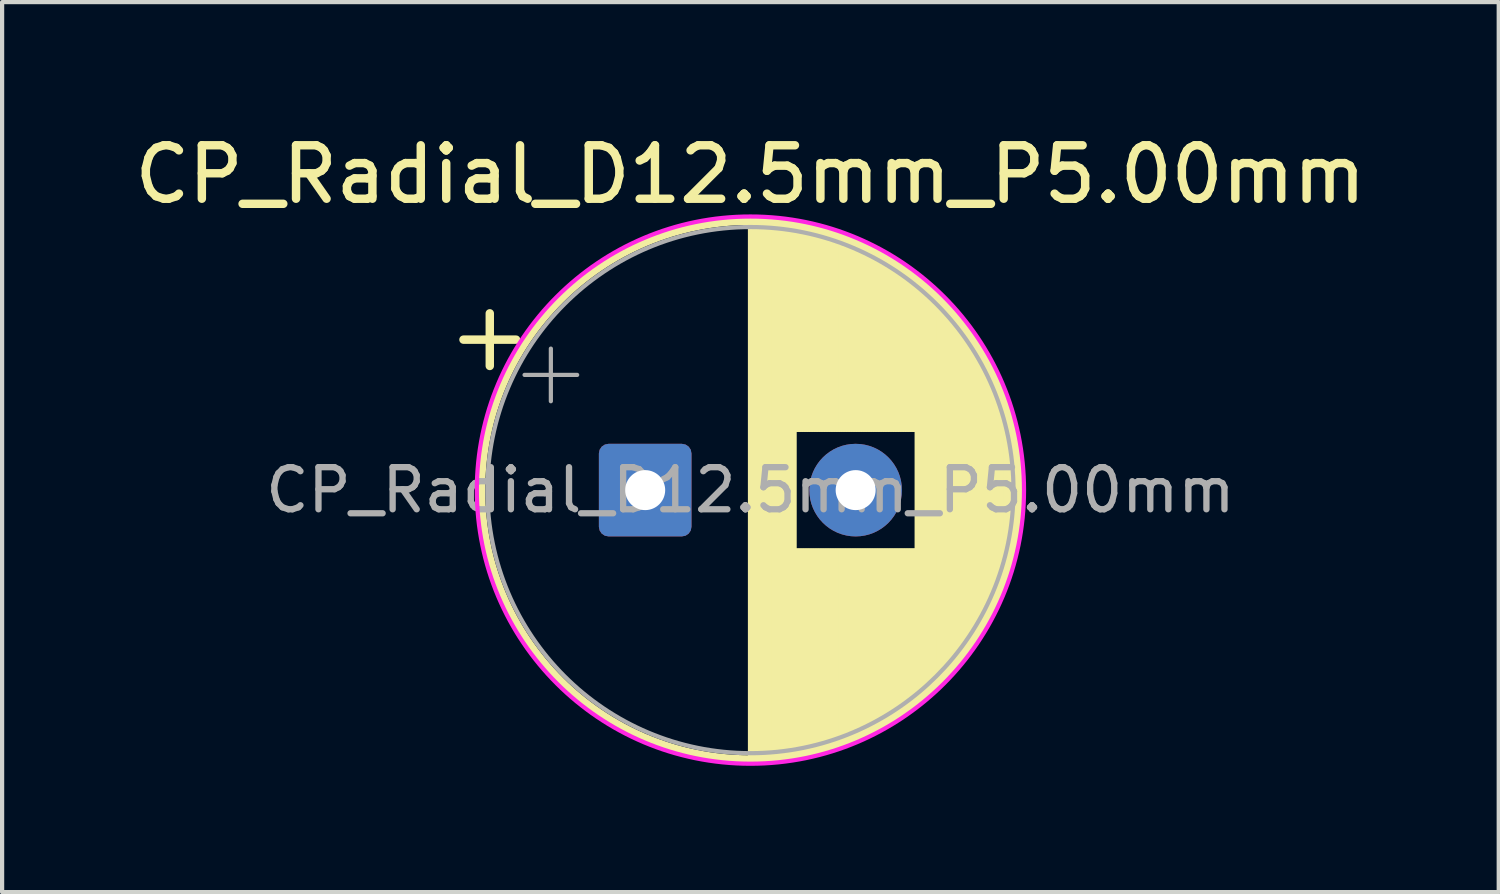
<source format=kicad_pcb>
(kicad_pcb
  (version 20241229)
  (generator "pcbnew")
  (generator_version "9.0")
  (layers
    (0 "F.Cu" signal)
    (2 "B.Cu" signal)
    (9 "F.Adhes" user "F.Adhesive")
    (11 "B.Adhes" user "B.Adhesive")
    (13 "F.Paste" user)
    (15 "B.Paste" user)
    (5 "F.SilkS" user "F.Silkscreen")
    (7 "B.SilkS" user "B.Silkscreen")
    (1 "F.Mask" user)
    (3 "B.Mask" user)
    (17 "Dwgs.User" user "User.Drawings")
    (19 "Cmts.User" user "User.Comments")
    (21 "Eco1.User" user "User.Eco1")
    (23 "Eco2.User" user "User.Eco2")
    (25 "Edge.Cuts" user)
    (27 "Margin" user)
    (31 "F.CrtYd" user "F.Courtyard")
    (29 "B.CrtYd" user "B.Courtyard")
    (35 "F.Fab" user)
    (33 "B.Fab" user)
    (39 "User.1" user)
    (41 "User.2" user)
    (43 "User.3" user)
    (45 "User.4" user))
  (footprint "CP_Radial_D12.5mm_P5.00mm"
    (layer "F.Cu")
    (at 14.778 8.594)
    (property "Reference" "CP_Radial_D12.5mm_P5.00mm" (at 0 -7.5 0) (layer "F.SilkS") (effects (font (size 1.27 1.27) (thickness 0.2))))
    (attr through_hole)
    (fp_line (start -6.817 -3.575) (end -5.567 -3.575) (stroke (width 0.2) (type solid)) (layer "F.SilkS"))
    (fp_line (start -6.192 -4.2) (end -6.192 -2.95) (stroke (width 0.2) (type solid)) (layer "F.SilkS"))
    (fp_line (start 0 -6.33) (end 0 6.33) (stroke (width 0.12) (type solid)) (layer "F.SilkS"))
    (fp_line (start 0.04 -6.33) (end 0.04 6.33) (stroke (width 0.12) (type solid)) (layer "F.SilkS"))
    (fp_line (start 0.08 -6.329) (end 0.08 6.329) (stroke (width 0.12) (type solid)) (layer "F.SilkS"))
    (fp_line (start 0.12 -6.329) (end 0.12 6.329) (stroke (width 0.12) (type solid)) (layer "F.SilkS"))
    (fp_line (start 0.16 -6.328) (end 0.16 6.328) (stroke (width 0.12) (type solid)) (layer "F.SilkS"))
    (fp_line (start 0.2 -6.327) (end 0.2 6.327) (stroke (width 0.12) (type solid)) (layer "F.SilkS"))
    (fp_line (start 0.24 -6.325) (end 0.24 6.325) (stroke (width 0.12) (type solid)) (layer "F.SilkS"))
    (fp_line (start 0.28 -6.324) (end 0.28 6.324) (stroke (width 0.12) (type solid)) (layer "F.SilkS"))
    (fp_line (start 0.32 -6.322) (end 0.32 6.322) (stroke (width 0.12) (type solid)) (layer "F.SilkS"))
    (fp_line (start 0.36 -6.32) (end 0.36 6.32) (stroke (width 0.12) (type solid)) (layer "F.SilkS"))
    (fp_line (start 0.4 -6.317) (end 0.4 6.317) (stroke (width 0.12) (type solid)) (layer "F.SilkS"))
    (fp_line (start 0.44 -6.315) (end 0.44 6.315) (stroke (width 0.12) (type solid)) (layer "F.SilkS"))
    (fp_line (start 0.48 -6.312) (end 0.48 6.312) (stroke (width 0.12) (type solid)) (layer "F.SilkS"))
    (fp_line (start 0.52 -6.309) (end 0.52 6.309) (stroke (width 0.12) (type solid)) (layer "F.SilkS"))
    (fp_line (start 0.56 -6.305) (end 0.56 6.305) (stroke (width 0.12) (type solid)) (layer "F.SilkS"))
    (fp_line (start 0.6 -6.302) (end 0.6 6.302) (stroke (width 0.12) (type solid)) (layer "F.SilkS"))
    (fp_line (start 0.64 -6.298) (end 0.64 6.298) (stroke (width 0.12) (type solid)) (layer "F.SilkS"))
    (fp_line (start 0.68 -6.294) (end 0.68 6.294) (stroke (width 0.12) (type solid)) (layer "F.SilkS"))
    (fp_line (start 0.72 -6.289) (end 0.72 6.289) (stroke (width 0.12) (type solid)) (layer "F.SilkS"))
    (fp_line (start 0.76 -6.284) (end 0.76 6.284) (stroke (width 0.12) (type solid)) (layer "F.SilkS"))
    (fp_line (start 0.8 -6.28) (end 0.8 6.28) (stroke (width 0.12) (type solid)) (layer "F.SilkS"))
    (fp_line (start 0.84 -6.274) (end 0.84 6.274) (stroke (width 0.12) (type solid)) (layer "F.SilkS"))
    (fp_line (start 0.88 -6.269) (end 0.88 6.269) (stroke (width 0.12) (type solid)) (layer "F.SilkS"))
    (fp_line (start 0.92 -6.263) (end 0.92 6.263) (stroke (width 0.12) (type solid)) (layer "F.SilkS"))
    (fp_line (start 0.96 -6.257) (end 0.96 6.257) (stroke (width 0.12) (type solid)) (layer "F.SilkS"))
    (fp_line (start 1 -6.251) (end 1 6.251) (stroke (width 0.12) (type solid)) (layer "F.SilkS"))
    (fp_line (start 1.04 -6.245) (end 1.04 6.245) (stroke (width 0.12) (type solid)) (layer "F.SilkS"))
    (fp_line (start 1.08 -6.238) (end 1.08 -1.44) (stroke (width 0.12) (type solid)) (layer "F.SilkS"))
    (fp_line (start 1.08 1.44) (end 1.08 6.238) (stroke (width 0.12) (type solid)) (layer "F.SilkS"))
    (fp_line (start 1.12 -6.231) (end 1.12 -1.44) (stroke (width 0.12) (type solid)) (layer "F.SilkS"))
    (fp_line (start 1.12 1.44) (end 1.12 6.231) (stroke (width 0.12) (type solid)) (layer "F.SilkS"))
    (fp_line (start 1.16 -6.223) (end 1.16 -1.44) (stroke (width 0.12) (type solid)) (layer "F.SilkS"))
    (fp_line (start 1.16 1.44) (end 1.16 6.223) (stroke (width 0.12) (type solid)) (layer "F.SilkS"))
    (fp_line (start 1.2 -6.216) (end 1.2 -1.44) (stroke (width 0.12) (type solid)) (layer "F.SilkS"))
    (fp_line (start 1.2 1.44) (end 1.2 6.216) (stroke (width 0.12) (type solid)) (layer "F.SilkS"))
    (fp_line (start 1.24 -6.208) (end 1.24 -1.44) (stroke (width 0.12) (type solid)) (layer "F.SilkS"))
    (fp_line (start 1.24 1.44) (end 1.24 6.208) (stroke (width 0.12) (type solid)) (layer "F.SilkS"))
    (fp_line (start 1.28 -6.2) (end 1.28 -1.44) (stroke (width 0.12) (type solid)) (layer "F.SilkS"))
    (fp_line (start 1.28 1.44) (end 1.28 6.2) (stroke (width 0.12) (type solid)) (layer "F.SilkS"))
    (fp_line (start 1.32 -6.192) (end 1.32 -1.44) (stroke (width 0.12) (type solid)) (layer "F.SilkS"))
    (fp_line (start 1.32 1.44) (end 1.32 6.192) (stroke (width 0.12) (type solid)) (layer "F.SilkS"))
    (fp_line (start 1.36 -6.183) (end 1.36 -1.44) (stroke (width 0.12) (type solid)) (layer "F.SilkS"))
    (fp_line (start 1.36 1.44) (end 1.36 6.183) (stroke (width 0.12) (type solid)) (layer "F.SilkS"))
    (fp_line (start 1.4 -6.174) (end 1.4 -1.44) (stroke (width 0.12) (type solid)) (layer "F.SilkS"))
    (fp_line (start 1.4 1.44) (end 1.4 6.174) (stroke (width 0.12) (type solid)) (layer "F.SilkS"))
    (fp_line (start 1.44 -6.165) (end 1.44 -1.44) (stroke (width 0.12) (type solid)) (layer "F.SilkS"))
    (fp_line (start 1.44 1.44) (end 1.44 6.165) (stroke (width 0.12) (type solid)) (layer "F.SilkS"))
    (fp_line (start 1.48 -6.156) (end 1.48 -1.44) (stroke (width 0.12) (type solid)) (layer "F.SilkS"))
    (fp_line (start 1.48 1.44) (end 1.48 6.156) (stroke (width 0.12) (type solid)) (layer "F.SilkS"))
    (fp_line (start 1.52 -6.146) (end 1.52 -1.44) (stroke (width 0.12) (type solid)) (layer "F.SilkS"))
    (fp_line (start 1.52 1.44) (end 1.52 6.146) (stroke (width 0.12) (type solid)) (layer "F.SilkS"))
    (fp_line (start 1.56 -6.136) (end 1.56 -1.44) (stroke (width 0.12) (type solid)) (layer "F.SilkS"))
    (fp_line (start 1.56 1.44) (end 1.56 6.136) (stroke (width 0.12) (type solid)) (layer "F.SilkS"))
    (fp_line (start 1.6 -6.126) (end 1.6 -1.44) (stroke (width 0.12) (type solid)) (layer "F.SilkS"))
    (fp_line (start 1.6 1.44) (end 1.6 6.126) (stroke (width 0.12) (type solid)) (layer "F.SilkS"))
    (fp_line (start 1.64 -6.115) (end 1.64 -1.44) (stroke (width 0.12) (type solid)) (layer "F.SilkS"))
    (fp_line (start 1.64 1.44) (end 1.64 6.115) (stroke (width 0.12) (type solid)) (layer "F.SilkS"))
    (fp_line (start 1.68 -6.104) (end 1.68 -1.44) (stroke (width 0.12) (type solid)) (layer "F.SilkS"))
    (fp_line (start 1.68 1.44) (end 1.68 6.104) (stroke (width 0.12) (type solid)) (layer "F.SilkS"))
    (fp_line (start 1.72 -6.093) (end 1.72 -1.44) (stroke (width 0.12) (type solid)) (layer "F.SilkS"))
    (fp_line (start 1.72 1.44) (end 1.72 6.093) (stroke (width 0.12) (type solid)) (layer "F.SilkS"))
    (fp_line (start 1.76 -6.082) (end 1.76 -1.44) (stroke (width 0.12) (type solid)) (layer "F.SilkS"))
    (fp_line (start 1.76 1.44) (end 1.76 6.082) (stroke (width 0.12) (type solid)) (layer "F.SilkS"))
    (fp_line (start 1.8 -6.07) (end 1.8 -1.44) (stroke (width 0.12) (type solid)) (layer "F.SilkS"))
    (fp_line (start 1.8 1.44) (end 1.8 6.07) (stroke (width 0.12) (type solid)) (layer "F.SilkS"))
    (fp_line (start 1.84 -6.058) (end 1.84 -1.44) (stroke (width 0.12) (type solid)) (layer "F.SilkS"))
    (fp_line (start 1.84 1.44) (end 1.84 6.058) (stroke (width 0.12) (type solid)) (layer "F.SilkS"))
    (fp_line (start 1.88 -6.046) (end 1.88 -1.44) (stroke (width 0.12) (type solid)) (layer "F.SilkS"))
    (fp_line (start 1.88 1.44) (end 1.88 6.046) (stroke (width 0.12) (type solid)) (layer "F.SilkS"))
    (fp_line (start 1.92 -6.034) (end 1.92 -1.44) (stroke (width 0.12) (type solid)) (layer "F.SilkS"))
    (fp_line (start 1.92 1.44) (end 1.92 6.034) (stroke (width 0.12) (type solid)) (layer "F.SilkS"))
    (fp_line (start 1.96 -6.021) (end 1.96 -1.44) (stroke (width 0.12) (type solid)) (layer "F.SilkS"))
    (fp_line (start 1.96 1.44) (end 1.96 6.021) (stroke (width 0.12) (type solid)) (layer "F.SilkS"))
    (fp_line (start 2 -6.008) (end 2 -1.44) (stroke (width 0.12) (type solid)) (layer "F.SilkS"))
    (fp_line (start 2 1.44) (end 2 6.008) (stroke (width 0.12) (type solid)) (layer "F.SilkS"))
    (fp_line (start 2.04 -5.995) (end 2.04 -1.44) (stroke (width 0.12) (type solid)) (layer "F.SilkS"))
    (fp_line (start 2.04 1.44) (end 2.04 5.995) (stroke (width 0.12) (type solid)) (layer "F.SilkS"))
    (fp_line (start 2.08 -5.981) (end 2.08 -1.44) (stroke (width 0.12) (type solid)) (layer "F.SilkS"))
    (fp_line (start 2.08 1.44) (end 2.08 5.981) (stroke (width 0.12) (type solid)) (layer "F.SilkS"))
    (fp_line (start 2.12 -5.967) (end 2.12 -1.44) (stroke (width 0.12) (type solid)) (layer "F.SilkS"))
    (fp_line (start 2.12 1.44) (end 2.12 5.967) (stroke (width 0.12) (type solid)) (layer "F.SilkS"))
    (fp_line (start 2.16 -5.953) (end 2.16 -1.44) (stroke (width 0.12) (type solid)) (layer "F.SilkS"))
    (fp_line (start 2.16 1.44) (end 2.16 5.953) (stroke (width 0.12) (type solid)) (layer "F.SilkS"))
    (fp_line (start 2.2 -5.938) (end 2.2 -1.44) (stroke (width 0.12) (type solid)) (layer "F.SilkS"))
    (fp_line (start 2.2 1.44) (end 2.2 5.938) (stroke (width 0.12) (type solid)) (layer "F.SilkS"))
    (fp_line (start 2.24 -5.923) (end 2.24 -1.44) (stroke (width 0.12) (type solid)) (layer "F.SilkS"))
    (fp_line (start 2.24 1.44) (end 2.24 5.923) (stroke (width 0.12) (type solid)) (layer "F.SilkS"))
    (fp_line (start 2.28 -5.908) (end 2.28 -1.44) (stroke (width 0.12) (type solid)) (layer "F.SilkS"))
    (fp_line (start 2.28 1.44) (end 2.28 5.908) (stroke (width 0.12) (type solid)) (layer "F.SilkS"))
    (fp_line (start 2.32 -5.892) (end 2.32 -1.44) (stroke (width 0.12) (type solid)) (layer "F.SilkS"))
    (fp_line (start 2.32 1.44) (end 2.32 5.892) (stroke (width 0.12) (type solid)) (layer "F.SilkS"))
    (fp_line (start 2.36 -5.877) (end 2.36 -1.44) (stroke (width 0.12) (type solid)) (layer "F.SilkS"))
    (fp_line (start 2.36 1.44) (end 2.36 5.877) (stroke (width 0.12) (type solid)) (layer "F.SilkS"))
    (fp_line (start 2.4 -5.861) (end 2.4 -1.44) (stroke (width 0.12) (type solid)) (layer "F.SilkS"))
    (fp_line (start 2.4 1.44) (end 2.4 5.861) (stroke (width 0.12) (type solid)) (layer "F.SilkS"))
    (fp_line (start 2.44 -5.844) (end 2.44 -1.44) (stroke (width 0.12) (type solid)) (layer "F.SilkS"))
    (fp_line (start 2.44 1.44) (end 2.44 5.844) (stroke (width 0.12) (type solid)) (layer "F.SilkS"))
    (fp_line (start 2.48 -5.827) (end 2.48 -1.44) (stroke (width 0.12) (type solid)) (layer "F.SilkS"))
    (fp_line (start 2.48 1.44) (end 2.48 5.827) (stroke (width 0.12) (type solid)) (layer "F.SilkS"))
    (fp_line (start 2.52 -5.81) (end 2.52 -1.44) (stroke (width 0.12) (type solid)) (layer "F.SilkS"))
    (fp_line (start 2.52 1.44) (end 2.52 5.81) (stroke (width 0.12) (type solid)) (layer "F.SilkS"))
    (fp_line (start 2.56 -5.793) (end 2.56 -1.44) (stroke (width 0.12) (type solid)) (layer "F.SilkS"))
    (fp_line (start 2.56 1.44) (end 2.56 5.793) (stroke (width 0.12) (type solid)) (layer "F.SilkS"))
    (fp_line (start 2.6 -5.775) (end 2.6 -1.44) (stroke (width 0.12) (type solid)) (layer "F.SilkS"))
    (fp_line (start 2.6 1.44) (end 2.6 5.775) (stroke (width 0.12) (type solid)) (layer "F.SilkS"))
    (fp_line (start 2.64 -5.757) (end 2.64 -1.44) (stroke (width 0.12) (type solid)) (layer "F.SilkS"))
    (fp_line (start 2.64 1.44) (end 2.64 5.757) (stroke (width 0.12) (type solid)) (layer "F.SilkS"))
    (fp_line (start 2.68 -5.739) (end 2.68 -1.44) (stroke (width 0.12) (type solid)) (layer "F.SilkS"))
    (fp_line (start 2.68 1.44) (end 2.68 5.739) (stroke (width 0.12) (type solid)) (layer "F.SilkS"))
    (fp_line (start 2.72 -5.72) (end 2.72 -1.44) (stroke (width 0.12) (type solid)) (layer "F.SilkS"))
    (fp_line (start 2.72 1.44) (end 2.72 5.72) (stroke (width 0.12) (type solid)) (layer "F.SilkS"))
    (fp_line (start 2.76 -5.701) (end 2.76 -1.44) (stroke (width 0.12) (type solid)) (layer "F.SilkS"))
    (fp_line (start 2.76 1.44) (end 2.76 5.701) (stroke (width 0.12) (type solid)) (layer "F.SilkS"))
    (fp_line (start 2.8 -5.682) (end 2.8 -1.44) (stroke (width 0.12) (type solid)) (layer "F.SilkS"))
    (fp_line (start 2.8 1.44) (end 2.8 5.682) (stroke (width 0.12) (type solid)) (layer "F.SilkS"))
    (fp_line (start 2.84 -5.662) (end 2.84 -1.44) (stroke (width 0.12) (type solid)) (layer "F.SilkS"))
    (fp_line (start 2.84 1.44) (end 2.84 5.662) (stroke (width 0.12) (type solid)) (layer "F.SilkS"))
    (fp_line (start 2.88 -5.642) (end 2.88 -1.44) (stroke (width 0.12) (type solid)) (layer "F.SilkS"))
    (fp_line (start 2.88 1.44) (end 2.88 5.642) (stroke (width 0.12) (type solid)) (layer "F.SilkS"))
    (fp_line (start 2.92 -5.621) (end 2.92 -1.44) (stroke (width 0.12) (type solid)) (layer "F.SilkS"))
    (fp_line (start 2.92 1.44) (end 2.92 5.621) (stroke (width 0.12) (type solid)) (layer "F.SilkS"))
    (fp_line (start 2.96 -5.601) (end 2.96 -1.44) (stroke (width 0.12) (type solid)) (layer "F.SilkS"))
    (fp_line (start 2.96 1.44) (end 2.96 5.601) (stroke (width 0.12) (type solid)) (layer "F.SilkS"))
    (fp_line (start 3 -5.579) (end 3 -1.44) (stroke (width 0.12) (type solid)) (layer "F.SilkS"))
    (fp_line (start 3 1.44) (end 3 5.579) (stroke (width 0.12) (type solid)) (layer "F.SilkS"))
    (fp_line (start 3.04 -5.558) (end 3.04 -1.44) (stroke (width 0.12) (type solid)) (layer "F.SilkS"))
    (fp_line (start 3.04 1.44) (end 3.04 5.558) (stroke (width 0.12) (type solid)) (layer "F.SilkS"))
    (fp_line (start 3.08 -5.536) (end 3.08 -1.44) (stroke (width 0.12) (type solid)) (layer "F.SilkS"))
    (fp_line (start 3.08 1.44) (end 3.08 5.536) (stroke (width 0.12) (type solid)) (layer "F.SilkS"))
    (fp_line (start 3.12 -5.514) (end 3.12 -1.44) (stroke (width 0.12) (type solid)) (layer "F.SilkS"))
    (fp_line (start 3.12 1.44) (end 3.12 5.514) (stroke (width 0.12) (type solid)) (layer "F.SilkS"))
    (fp_line (start 3.16 -5.491) (end 3.16 -1.44) (stroke (width 0.12) (type solid)) (layer "F.SilkS"))
    (fp_line (start 3.16 1.44) (end 3.16 5.491) (stroke (width 0.12) (type solid)) (layer "F.SilkS"))
    (fp_line (start 3.2 -5.468) (end 3.2 -1.44) (stroke (width 0.12) (type solid)) (layer "F.SilkS"))
    (fp_line (start 3.2 1.44) (end 3.2 5.468) (stroke (width 0.12) (type solid)) (layer "F.SilkS"))
    (fp_line (start 3.24 -5.444) (end 3.24 -1.44) (stroke (width 0.12) (type solid)) (layer "F.SilkS"))
    (fp_line (start 3.24 1.44) (end 3.24 5.444) (stroke (width 0.12) (type solid)) (layer "F.SilkS"))
    (fp_line (start 3.28 -5.421) (end 3.28 -1.44) (stroke (width 0.12) (type solid)) (layer "F.SilkS"))
    (fp_line (start 3.28 1.44) (end 3.28 5.421) (stroke (width 0.12) (type solid)) (layer "F.SilkS"))
    (fp_line (start 3.32 -5.396) (end 3.32 -1.44) (stroke (width 0.12) (type solid)) (layer "F.SilkS"))
    (fp_line (start 3.32 1.44) (end 3.32 5.396) (stroke (width 0.12) (type solid)) (layer "F.SilkS"))
    (fp_line (start 3.36 -5.372) (end 3.36 -1.44) (stroke (width 0.12) (type solid)) (layer "F.SilkS"))
    (fp_line (start 3.36 1.44) (end 3.36 5.372) (stroke (width 0.12) (type solid)) (layer "F.SilkS"))
    (fp_line (start 3.4 -5.347) (end 3.4 -1.44) (stroke (width 0.12) (type solid)) (layer "F.SilkS"))
    (fp_line (start 3.4 1.44) (end 3.4 5.347) (stroke (width 0.12) (type solid)) (layer "F.SilkS"))
    (fp_line (start 3.44 -5.321) (end 3.44 -1.44) (stroke (width 0.12) (type solid)) (layer "F.SilkS"))
    (fp_line (start 3.44 1.44) (end 3.44 5.321) (stroke (width 0.12) (type solid)) (layer "F.SilkS"))
    (fp_line (start 3.48 -5.295) (end 3.48 -1.44) (stroke (width 0.12) (type solid)) (layer "F.SilkS"))
    (fp_line (start 3.48 1.44) (end 3.48 5.295) (stroke (width 0.12) (type solid)) (layer "F.SilkS"))
    (fp_line (start 3.52 -5.269) (end 3.52 -1.44) (stroke (width 0.12) (type solid)) (layer "F.SilkS"))
    (fp_line (start 3.52 1.44) (end 3.52 5.269) (stroke (width 0.12) (type solid)) (layer "F.SilkS"))
    (fp_line (start 3.56 -5.242) (end 3.56 -1.44) (stroke (width 0.12) (type solid)) (layer "F.SilkS"))
    (fp_line (start 3.56 1.44) (end 3.56 5.242) (stroke (width 0.12) (type solid)) (layer "F.SilkS"))
    (fp_line (start 3.6 -5.215) (end 3.6 -1.44) (stroke (width 0.12) (type solid)) (layer "F.SilkS"))
    (fp_line (start 3.6 1.44) (end 3.6 5.215) (stroke (width 0.12) (type solid)) (layer "F.SilkS"))
    (fp_line (start 3.64 -5.188) (end 3.64 -1.44) (stroke (width 0.12) (type solid)) (layer "F.SilkS"))
    (fp_line (start 3.64 1.44) (end 3.64 5.188) (stroke (width 0.12) (type solid)) (layer "F.SilkS"))
    (fp_line (start 3.68 -5.159) (end 3.68 -1.44) (stroke (width 0.12) (type solid)) (layer "F.SilkS"))
    (fp_line (start 3.68 1.44) (end 3.68 5.159) (stroke (width 0.12) (type solid)) (layer "F.SilkS"))
    (fp_line (start 3.72 -5.131) (end 3.72 -1.44) (stroke (width 0.12) (type solid)) (layer "F.SilkS"))
    (fp_line (start 3.72 1.44) (end 3.72 5.131) (stroke (width 0.12) (type solid)) (layer "F.SilkS"))
    (fp_line (start 3.76 -5.102) (end 3.76 -1.44) (stroke (width 0.12) (type solid)) (layer "F.SilkS"))
    (fp_line (start 3.76 1.44) (end 3.76 5.102) (stroke (width 0.12) (type solid)) (layer "F.SilkS"))
    (fp_line (start 3.8 -5.072) (end 3.8 -1.44) (stroke (width 0.12) (type solid)) (layer "F.SilkS"))
    (fp_line (start 3.8 1.44) (end 3.8 5.072) (stroke (width 0.12) (type solid)) (layer "F.SilkS"))
    (fp_line (start 3.84 -5.042) (end 3.84 -1.44) (stroke (width 0.12) (type solid)) (layer "F.SilkS"))
    (fp_line (start 3.84 1.44) (end 3.84 5.042) (stroke (width 0.12) (type solid)) (layer "F.SilkS"))
    (fp_line (start 3.88 -5.012) (end 3.88 -1.44) (stroke (width 0.12) (type solid)) (layer "F.SilkS"))
    (fp_line (start 3.88 1.44) (end 3.88 5.012) (stroke (width 0.12) (type solid)) (layer "F.SilkS"))
    (fp_line (start 3.92 -4.981) (end 3.92 -1.44) (stroke (width 0.12) (type solid)) (layer "F.SilkS"))
    (fp_line (start 3.92 1.44) (end 3.92 4.981) (stroke (width 0.12) (type solid)) (layer "F.SilkS"))
    (fp_line (start 3.96 -4.95) (end 3.96 4.95) (stroke (width 0.12) (type solid)) (layer "F.SilkS"))
    (fp_line (start 4 -4.918) (end 4 4.918) (stroke (width 0.12) (type solid)) (layer "F.SilkS"))
    (fp_line (start 4.04 -4.885) (end 4.04 4.885) (stroke (width 0.12) (type solid)) (layer "F.SilkS"))
    (fp_line (start 4.08 -4.852) (end 4.08 4.852) (stroke (width 0.12) (type solid)) (layer "F.SilkS"))
    (fp_line (start 4.12 -4.818) (end 4.12 4.818) (stroke (width 0.12) (type solid)) (layer "F.SilkS"))
    (fp_line (start 4.16 -4.784) (end 4.16 4.784) (stroke (width 0.12) (type solid)) (layer "F.SilkS"))
    (fp_line (start 4.2 -4.749) (end 4.2 4.749) (stroke (width 0.12) (type solid)) (layer "F.SilkS"))
    (fp_line (start 4.24 -4.714) (end 4.24 4.714) (stroke (width 0.12) (type solid)) (layer "F.SilkS"))
    (fp_line (start 4.28 -4.678) (end 4.28 4.678) (stroke (width 0.12) (type solid)) (layer "F.SilkS"))
    (fp_line (start 4.32 -4.641) (end 4.32 4.641) (stroke (width 0.12) (type solid)) (layer "F.SilkS"))
    (fp_line (start 4.36 -4.604) (end 4.36 4.604) (stroke (width 0.12) (type solid)) (layer "F.SilkS"))
    (fp_line (start 4.4 -4.566) (end 4.4 4.566) (stroke (width 0.12) (type solid)) (layer "F.SilkS"))
    (fp_line (start 4.44 -4.528) (end 4.44 4.528) (stroke (width 0.12) (type solid)) (layer "F.SilkS"))
    (fp_line (start 4.48 -4.488) (end 4.48 4.488) (stroke (width 0.12) (type solid)) (layer "F.SilkS"))
    (fp_line (start 4.52 -4.448) (end 4.52 4.448) (stroke (width 0.12) (type solid)) (layer "F.SilkS"))
    (fp_line (start 4.56 -4.408) (end 4.56 4.408) (stroke (width 0.12) (type solid)) (layer "F.SilkS"))
    (fp_line (start 4.6 -4.366) (end 4.6 4.366) (stroke (width 0.12) (type solid)) (layer "F.SilkS"))
    (fp_line (start 4.64 -4.324) (end 4.64 4.324) (stroke (width 0.12) (type solid)) (layer "F.SilkS"))
    (fp_line (start 4.68 -4.281) (end 4.68 4.281) (stroke (width 0.12) (type solid)) (layer "F.SilkS"))
    (fp_line (start 4.72 -4.238) (end 4.72 4.238) (stroke (width 0.12) (type solid)) (layer "F.SilkS"))
    (fp_line (start 4.76 -4.193) (end 4.76 4.193) (stroke (width 0.12) (type solid)) (layer "F.SilkS"))
    (fp_line (start 4.8 -4.148) (end 4.8 4.148) (stroke (width 0.12) (type solid)) (layer "F.SilkS"))
    (fp_line (start 4.84 -4.101) (end 4.84 4.101) (stroke (width 0.12) (type solid)) (layer "F.SilkS"))
    (fp_line (start 4.88 -4.054) (end 4.88 4.054) (stroke (width 0.12) (type solid)) (layer "F.SilkS"))
    (fp_line (start 4.92 -4.006) (end 4.92 4.006) (stroke (width 0.12) (type solid)) (layer "F.SilkS"))
    (fp_line (start 4.96 -3.957) (end 4.96 3.957) (stroke (width 0.12) (type solid)) (layer "F.SilkS"))
    (fp_line (start 5 -3.907) (end 5 3.907) (stroke (width 0.12) (type solid)) (layer "F.SilkS"))
    (fp_line (start 5.04 -3.856) (end 5.04 3.856) (stroke (width 0.12) (type solid)) (layer "F.SilkS"))
    (fp_line (start 5.08 -3.803) (end 5.08 3.803) (stroke (width 0.12) (type solid)) (layer "F.SilkS"))
    (fp_line (start 5.12 -3.75) (end 5.12 3.75) (stroke (width 0.12) (type solid)) (layer "F.SilkS"))
    (fp_line (start 5.16 -3.695) (end 5.16 3.695) (stroke (width 0.12) (type solid)) (layer "F.SilkS"))
    (fp_line (start 5.2 -3.639) (end 5.2 3.639) (stroke (width 0.12) (type solid)) (layer "F.SilkS"))
    (fp_line (start 5.24 -3.582) (end 5.24 3.582) (stroke (width 0.12) (type solid)) (layer "F.SilkS"))
    (fp_line (start 5.28 -3.523) (end 5.28 3.523) (stroke (width 0.12) (type solid)) (layer "F.SilkS"))
    (fp_line (start 5.32 -3.463) (end 5.32 3.463) (stroke (width 0.12) (type solid)) (layer "F.SilkS"))
    (fp_line (start 5.36 -3.402) (end 5.36 3.402) (stroke (width 0.12) (type solid)) (layer "F.SilkS"))
    (fp_line (start 5.4 -3.339) (end 5.4 3.339) (stroke (width 0.12) (type solid)) (layer "F.SilkS"))
    (fp_line (start 5.44 -3.274) (end 5.44 3.274) (stroke (width 0.12) (type solid)) (layer "F.SilkS"))
    (fp_line (start 5.48 -3.208) (end 5.48 3.208) (stroke (width 0.12) (type solid)) (layer "F.SilkS"))
    (fp_line (start 5.52 -3.139) (end 5.52 3.139) (stroke (width 0.12) (type solid)) (layer "F.SilkS"))
    (fp_line (start 5.56 -3.069) (end 5.56 3.069) (stroke (width 0.12) (type solid)) (layer "F.SilkS"))
    (fp_line (start 5.6 -2.996) (end 5.6 2.996) (stroke (width 0.12) (type solid)) (layer "F.SilkS"))
    (fp_line (start 5.64 -2.921) (end 5.64 2.921) (stroke (width 0.12) (type solid)) (layer "F.SilkS"))
    (fp_line (start 5.68 -2.843) (end 5.68 2.843) (stroke (width 0.12) (type solid)) (layer "F.SilkS"))
    (fp_line (start 5.72 -2.763) (end 5.72 2.763) (stroke (width 0.12) (type solid)) (layer "F.SilkS"))
    (fp_line (start 5.76 -2.68) (end 5.76 2.68) (stroke (width 0.12) (type solid)) (layer "F.SilkS"))
    (fp_line (start 5.8 -2.594) (end 5.8 2.594) (stroke (width 0.12) (type solid)) (layer "F.SilkS"))
    (fp_line (start 5.84 -2.504) (end 5.84 2.504) (stroke (width 0.12) (type solid)) (layer "F.SilkS"))
    (fp_line (start 5.88 -2.41) (end 5.88 2.41) (stroke (width 0.12) (type solid)) (layer "F.SilkS"))
    (fp_line (start 5.92 -2.312) (end 5.92 2.312) (stroke (width 0.12) (type solid)) (layer "F.SilkS"))
    (fp_line (start 5.96 -2.208) (end 5.96 2.208) (stroke (width 0.12) (type solid)) (layer "F.SilkS"))
    (fp_line (start 6 -2.099) (end 6 2.099) (stroke (width 0.12) (type solid)) (layer "F.SilkS"))
    (fp_line (start 6.04 -1.984) (end 6.04 1.984) (stroke (width 0.12) (type solid)) (layer "F.SilkS"))
    (fp_line (start 6.08 -1.86) (end 6.08 1.86) (stroke (width 0.12) (type solid)) (layer "F.SilkS"))
    (fp_line (start 6.12 -1.727) (end 6.12 1.727) (stroke (width 0.12) (type solid)) (layer "F.SilkS"))
    (fp_line (start 6.16 -1.582) (end 6.16 1.582) (stroke (width 0.12) (type solid)) (layer "F.SilkS"))
    (fp_line (start 6.2 -1.422) (end 6.2 1.422) (stroke (width 0.12) (type solid)) (layer "F.SilkS"))
    (fp_line (start 6.24 -1.24) (end 6.24 1.24) (stroke (width 0.12) (type solid)) (layer "F.SilkS"))
    (fp_line (start 6.28 -1.027) (end 6.28 1.027) (stroke (width 0.12) (type solid)) (layer "F.SilkS"))
    (fp_line (start 6.32 -0.757) (end 6.32 0.757) (stroke (width 0.12) (type solid)) (layer "F.SilkS"))
    (fp_line (start 6.36 -0.317) (end 6.36 0.317) (stroke (width 0.12) (type solid)) (layer "F.SilkS"))
    (fp_circle (center 0 0) (end 6.4 0) (stroke (width 0.2) (type solid)) (fill no) (layer "F.SilkS"))
    (fp_circle (center 0 0) (end 6.5 0) (stroke (width 0.1) (type solid)) (fill no) (layer "F.CrtYd"))
    (fp_line (start -5.366 -2.737) (end -4.116 -2.737) (stroke (width 0.1) (type solid)) (layer "F.Fab"))
    (fp_line (start -4.741 -3.362) (end -4.741 -2.112) (stroke (width 0.1) (type solid)) (layer "F.Fab"))
    (fp_circle (center 0 0) (end 6.25 0) (stroke (width 0.1) (type solid)) (fill no) (layer "F.Fab"))
    (fp_text user "${REFERENCE}" (at 0 0 0) (layer "F.Fab") (effects (font (size 1 1) (thickness 0.15))))
    (pad "1" thru_hole roundrect (at -2.5 0) (size 2.2 2.2) (drill 0.95) (layers "*.Cu" "*.Mask") (roundrect_rratio 0.104))
    (pad "2" thru_hole circle (at 2.5 0) (size 2.2 2.2) (drill 0.95) (layers "*.Cu" "*.Mask")))
  (gr_rect
    (start -3 -3)
    (end 32.556 18.144)
    (stroke (width 0.1) (type default))
    (fill no)
    (layer "Edge.Cuts")))
</source>
